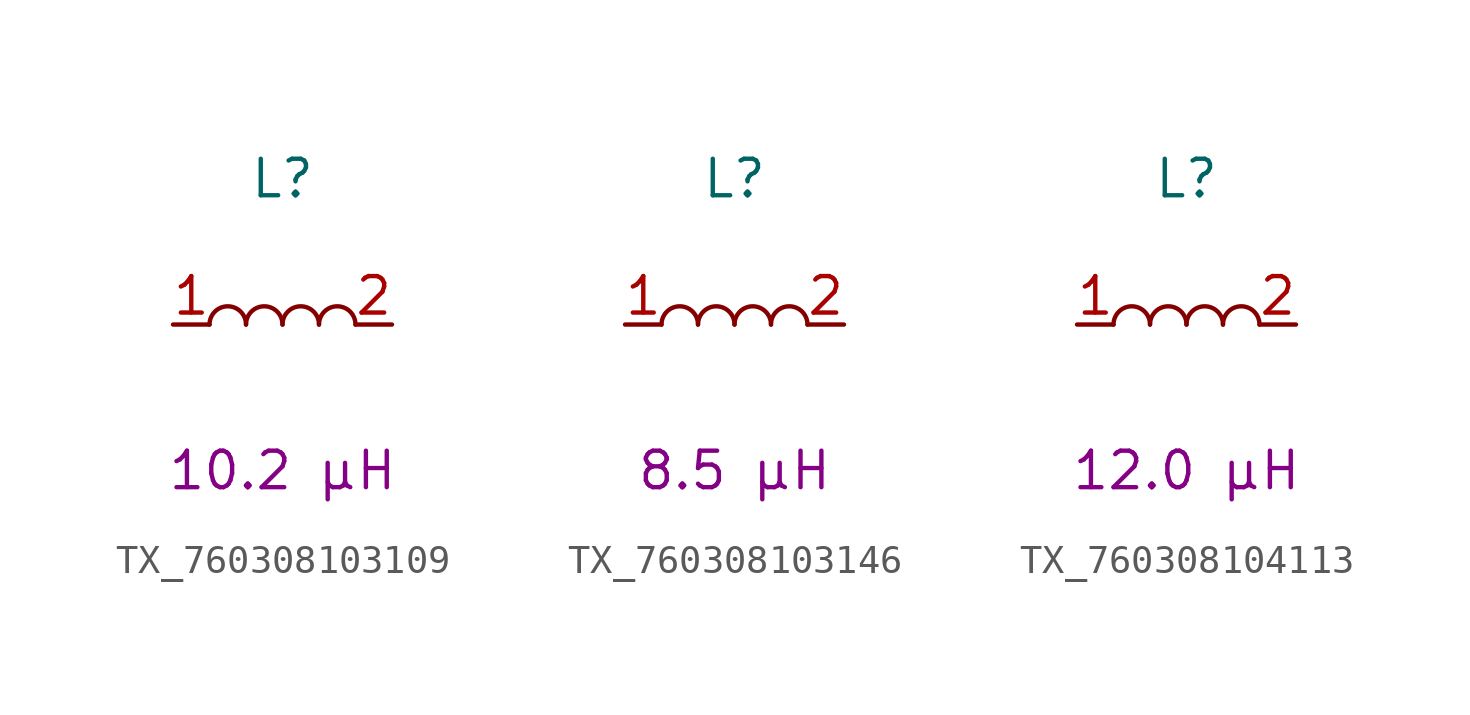
<source format=kicad_sym>
(kicad_symbol_lib
  (version 20220914)
  (generator kicad_symbol_editor)
  (symbol "TX_760308103109"
    (pin_names hide)
    (property "Reference" "L"
      (at 0 5.08 0)
      (effects (font (size 1.27 1.27))))
    (property "Critical Parameter" "10.2 µH"
      (at 0 -5.08 0)
      (effects (font (size 1.27 1.27))))
    (symbol "TX_760308103109_0_1"
      (arc (start -1.27 0) (mid -1.905 0.6323) (end -2.54 0) (stroke (width 0) (type default)) (fill (type none)))
      (arc (start 0 0) (mid -0.635 0.6323) (end -1.27 0) (stroke (width 0) (type default)) (fill (type none)))
      (arc (start 1.27 0) (mid 0.635 0.6323) (end 0 0) (stroke (width 0) (type default)) (fill (type none)))
      (arc (start 2.54 0) (mid 1.905 0.6323) (end 1.27 0) (stroke (width 0) (type default)) (fill (type none))))
    (symbol "TX_760308103109_1_1"
      (pin passive line (at -3.81 0 0) (length 1.27) (name "1" (effects (font (size 1.27 1.27)))) (number "1" (effects (font (size 1.27 1.27)))))
      (pin passive line (at 3.81 0 180) (length 1.27) (name "2" (effects (font (size 1.27 1.27)))) (number "2" (effects (font (size 1.27 1.27)))))))
  (symbol "TX_760308103146"
    (pin_names hide)
    (property "Reference" "L"
      (at 0 5.08 0)
      (effects (font (size 1.27 1.27))))
    (property "Critical Parameter" "8.5 µH"
      (at 0 -5.08 0)
      (effects (font (size 1.27 1.27))))
    (symbol "TX_760308103146_0_1"
      (arc (start -1.27 0) (mid -1.905 0.6323) (end -2.54 0) (stroke (width 0) (type default)) (fill (type none)))
      (arc (start 0 0) (mid -0.635 0.6323) (end -1.27 0) (stroke (width 0) (type default)) (fill (type none)))
      (arc (start 1.27 0) (mid 0.635 0.6323) (end 0 0) (stroke (width 0) (type default)) (fill (type none)))
      (arc (start 2.54 0) (mid 1.905 0.6323) (end 1.27 0) (stroke (width 0) (type default)) (fill (type none))))
    (symbol "TX_760308103146_1_1"
      (pin passive line (at -3.81 0 0) (length 1.27) (name "1" (effects (font (size 1.27 1.27)))) (number "1" (effects (font (size 1.27 1.27)))))
      (pin passive line (at 3.81 0 180) (length 1.27) (name "2" (effects (font (size 1.27 1.27)))) (number "2" (effects (font (size 1.27 1.27)))))))
  (symbol "TX_760308104113"
    (pin_names hide)
    (property "Reference" "L"
      (at 0 5.08 0)
      (effects (font (size 1.27 1.27))))
    (property "Critical Parameter" "12.0 µH"
      (at 0 -5.08 0)
      (effects (font (size 1.27 1.27))))
    (symbol "TX_760308104113_0_1"
      (arc (start -1.27 0) (mid -1.905 0.6323) (end -2.54 0) (stroke (width 0) (type default)) (fill (type none)))
      (arc (start 0 0) (mid -0.635 0.6323) (end -1.27 0) (stroke (width 0) (type default)) (fill (type none)))
      (arc (start 1.27 0) (mid 0.635 0.6323) (end 0 0) (stroke (width 0) (type default)) (fill (type none)))
      (arc (start 2.54 0) (mid 1.905 0.6323) (end 1.27 0) (stroke (width 0) (type default)) (fill (type none))))
    (symbol "TX_760308104113_1_1"
      (pin passive line (at -3.81 0 0) (length 1.27) (name "1" (effects (font (size 1.27 1.27)))) (number "1" (effects (font (size 1.27 1.27)))))
      (pin passive line (at 3.81 0 180) (length 1.27) (name "2" (effects (font (size 1.27 1.27)))) (number "2" (effects (font (size 1.27 1.27))))))))
</source>
